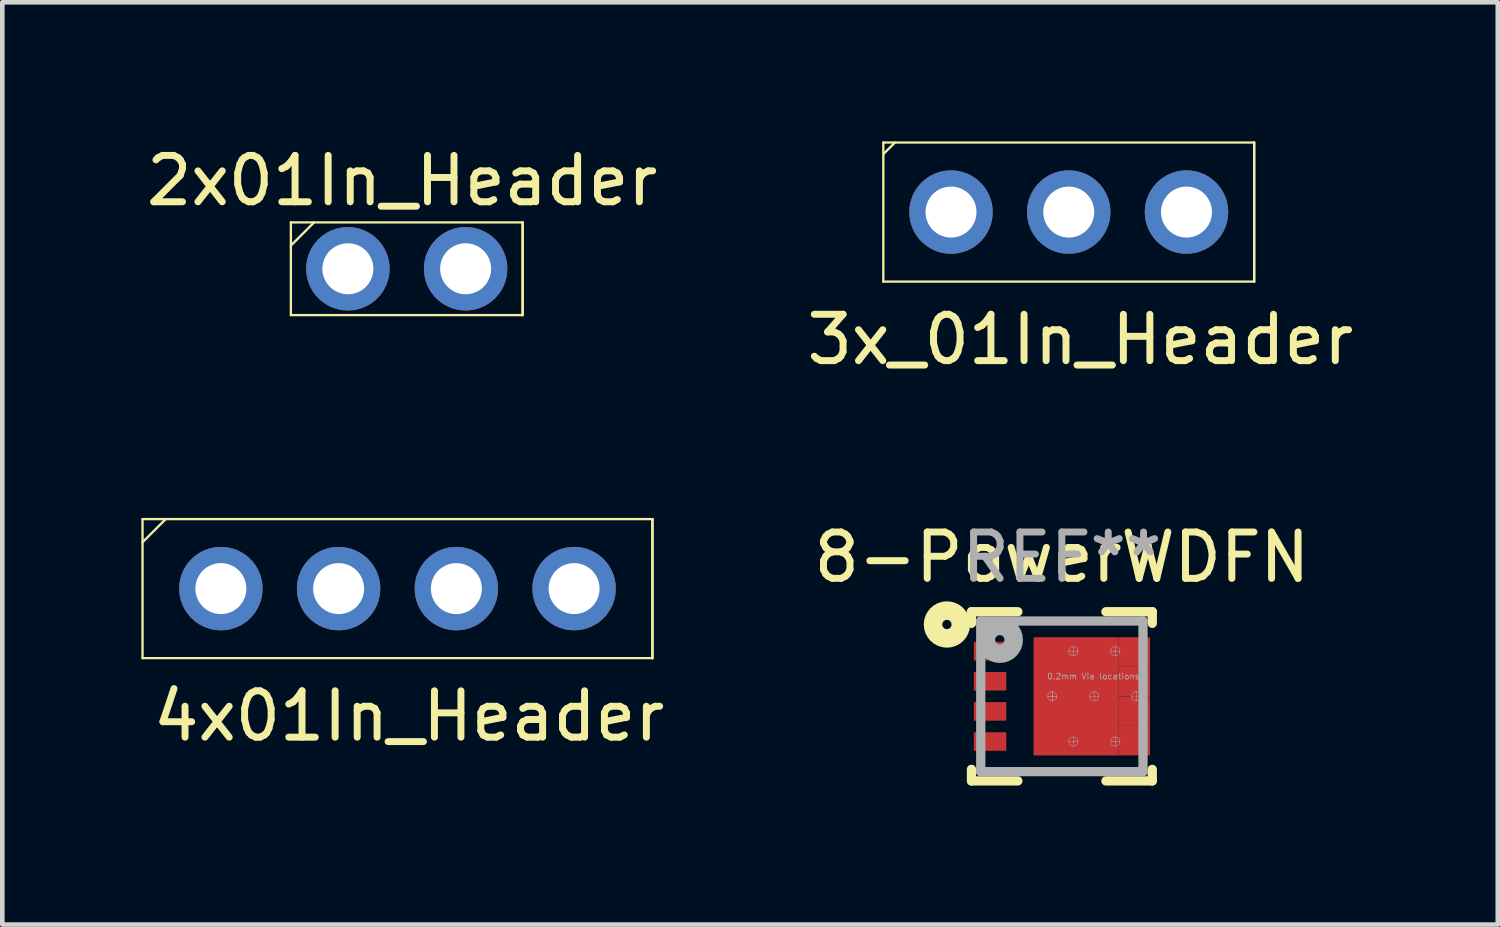
<source format=kicad_pcb>
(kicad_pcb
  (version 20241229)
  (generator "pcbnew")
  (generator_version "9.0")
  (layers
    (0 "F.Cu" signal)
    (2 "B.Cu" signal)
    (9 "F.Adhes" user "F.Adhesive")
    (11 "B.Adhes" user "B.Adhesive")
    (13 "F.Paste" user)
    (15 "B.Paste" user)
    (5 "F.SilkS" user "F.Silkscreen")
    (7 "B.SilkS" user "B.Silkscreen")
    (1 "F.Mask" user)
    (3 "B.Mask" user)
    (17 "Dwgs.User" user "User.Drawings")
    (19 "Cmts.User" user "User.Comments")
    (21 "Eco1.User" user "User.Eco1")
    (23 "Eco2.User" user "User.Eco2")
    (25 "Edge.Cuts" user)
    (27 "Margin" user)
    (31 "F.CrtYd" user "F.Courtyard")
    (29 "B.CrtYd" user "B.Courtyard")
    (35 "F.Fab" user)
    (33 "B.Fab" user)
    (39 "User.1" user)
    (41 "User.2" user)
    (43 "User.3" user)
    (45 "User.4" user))
  (footprint "8-PowerWDFN"
    (layer "F.Cu")
    (at 19.858 11.972)
    (property "Reference" "8-PowerWDFN" (at 0 -3 0) (layer "F.SilkS") (effects (font (size 1 1) (thickness 0.15))))
    (attr through_hole)
    (fp_line (start -1.95 -1.825) (end -1.95 -1.575) (stroke (width 0.2) (type solid)) (layer "F.SilkS"))
    (fp_line (start -1.95 1.575) (end -1.95 1.825) (stroke (width 0.2) (type solid)) (layer "F.SilkS"))
    (fp_line (start -0.95 -1.825) (end -1.95 -1.825) (stroke (width 0.2) (type solid)) (layer "F.SilkS"))
    (fp_line (start -0.95 1.825) (end -1.95 1.825) (stroke (width 0.2) (type solid)) (layer "F.SilkS"))
    (fp_line (start 1.95 -1.825) (end 0.95 -1.825) (stroke (width 0.2) (type solid)) (layer "F.SilkS"))
    (fp_line (start 1.95 -1.825) (end 1.95 -1.575) (stroke (width 0.2) (type solid)) (layer "F.SilkS"))
    (fp_line (start 1.95 1.575) (end 1.95 1.825) (stroke (width 0.2) (type solid)) (layer "F.SilkS"))
    (fp_line (start 1.95 1.825) (end 0.95 1.825) (stroke (width 0.2) (type solid)) (layer "F.SilkS"))
    (fp_circle (center -2.48 -1.55) (end -2.58 -1.55) (stroke (width 0.4) (type solid)) (fill no) (layer "F.SilkS"))
    (fp_line (start -1.75 -1.625) (end 1.75 -1.625) (stroke (width 0.2) (type solid)) (layer "F.Fab"))
    (fp_line (start -1.75 1.625) (end -1.75 -1.625) (stroke (width 0.2) (type solid)) (layer "F.Fab"))
    (fp_line (start -0.207 -0.1) (end -0.207 0.1) (stroke (width 0.01) (type solid)) (layer "F.Fab"))
    (fp_line (start -0.207 -0.1) (end -0.207 0.1) (stroke (width 0.01) (type solid)) (layer "F.Fab"))
    (fp_line (start -0.107 0) (end -0.307 0) (stroke (width 0.01) (type solid)) (layer "F.Fab"))
    (fp_line (start -0.107 0) (end -0.307 0) (stroke (width 0.01) (type solid)) (layer "F.Fab"))
    (fp_line (start 0.245 -0.875) (end 0.245 -1.075) (stroke (width 0.01) (type solid)) (layer "F.Fab"))
    (fp_line (start 0.245 1.075) (end 0.245 0.875) (stroke (width 0.01) (type solid)) (layer "F.Fab"))
    (fp_line (start 0.345 -0.975) (end 0.145 -0.975) (stroke (width 0.01) (type solid)) (layer "F.Fab"))
    (fp_line (start 0.345 0.975) (end 0.145 0.975) (stroke (width 0.01) (type solid)) (layer "F.Fab"))
    (fp_line (start 0.698 -0.1) (end 0.698 0.1) (stroke (width 0.01) (type solid)) (layer "F.Fab"))
    (fp_line (start 0.798 0) (end 0.598 0) (stroke (width 0.01) (type solid)) (layer "F.Fab"))
    (fp_line (start 1.15 -0.875) (end 1.15 -1.075) (stroke (width 0.01) (type solid)) (layer "F.Fab"))
    (fp_line (start 1.15 1.075) (end 1.15 0.875) (stroke (width 0.01) (type solid)) (layer "F.Fab"))
    (fp_line (start 1.25 -0.975) (end 1.05 -0.975) (stroke (width 0.01) (type solid)) (layer "F.Fab"))
    (fp_line (start 1.25 0.975) (end 1.05 0.975) (stroke (width 0.01) (type solid)) (layer "F.Fab"))
    (fp_line (start 1.603 -0.1) (end 1.603 0.1) (stroke (width 0.01) (type solid)) (layer "F.Fab"))
    (fp_line (start 1.703 0) (end 1.503 0) (stroke (width 0.01) (type solid)) (layer "F.Fab"))
    (fp_line (start 1.75 -1.625) (end 1.75 1.625) (stroke (width 0.2) (type solid)) (layer "F.Fab"))
    (fp_line (start 1.75 1.625) (end -1.75 1.625) (stroke (width 0.2) (type solid)) (layer "F.Fab"))
    (fp_circle (center -1.34 -1.22) (end -1.44 -1.22) (stroke (width 0.4) (type solid)) (fill no) (layer "F.Fab"))
    (fp_circle (center -0.207 0) (end -0.107 0) (stroke (width 0.01) (type solid)) (fill no) (layer "F.Fab"))
    (fp_circle (center 0.245 -0.975) (end 0.245 -1.075) (stroke (width 0.01) (type solid)) (fill no) (layer "F.Fab"))
    (fp_circle (center 0.245 0.975) (end 0.245 0.875) (stroke (width 0.01) (type solid)) (fill no) (layer "F.Fab"))
    (fp_circle (center 0.698 0) (end 0.798 0) (stroke (width 0.01) (type solid)) (fill no) (layer "F.Fab"))
    (fp_circle (center 1.15 -0.975) (end 1.15 -0.875) (stroke (width 0.01) (type solid)) (fill no) (layer "F.Fab"))
    (fp_circle (center 1.15 0.975) (end 1.15 1.075) (stroke (width 0.01) (type solid)) (fill no) (layer "F.Fab"))
    (fp_circle (center 1.603 0) (end 1.703 0) (stroke (width 0.01) (type solid)) (fill no) (layer "F.Fab"))
    (fp_text user "REF**" (at 0 -3 0) (layer "F.Fab") (effects (font (size 1 1) (thickness 0.15))))
    (fp_text user "0.2mm Via locations" (at 0.68 -0.43 0) (layer "F.Fab") (effects (font (size 0.127 0.127) (thickness 0.015))))
    (pad "" smd rect (at -0.208 -0.662) (size 0.705 1.125) (layers "F.Paste"))
    (pad "" smd rect (at -0.208 0.662) (size 0.705 1.125) (layers "F.Paste"))
    (pad "" smd rect (at 0.328 0) (size 1.775 2.45) (layers "F.Mask"))
    (pad "" smd rect (at 0.697 -0.662) (size 0.705 1.125) (layers "F.Paste"))
    (pad "" smd rect (at 0.697 0.662) (size 0.705 1.125) (layers "F.Paste"))
    (pad "" smd rect (at 1.532 -0.975) (size 0.635 0.3) (layers "F.Mask"))
    (pad "" smd rect (at 1.532 -0.325) (size 0.635 0.3) (layers "F.Mask"))
    (pad "" smd rect (at 1.532 0.325) (size 0.635 0.3) (layers "F.Mask"))
    (pad "" smd rect (at 1.532 0.975) (size 0.635 0.3) (layers "F.Mask"))
    (pad "" smd rect (at 1.55 -0.975) (size 0.6 0.3) (layers "F.Paste"))
    (pad "" smd rect (at 1.55 -0.325) (size 0.6 0.3) (layers "F.Paste"))
    (pad "" smd rect (at 1.55 0.325) (size 0.6 0.3) (layers "F.Paste"))
    (pad "" smd rect (at 1.55 0.975) (size 0.6 0.3) (layers "F.Paste"))
    (pad "1" smd rect (at -1.55 -0.975) (size 0.7 0.4) (layers "F.Cu" "F.Mask" "F.Paste"))
    (pad "2" smd rect (at -1.55 -0.325) (size 0.7 0.4) (layers "F.Cu" "F.Mask" "F.Paste"))
    (pad "3" smd rect (at -1.55 0.325) (size 0.7 0.4) (layers "F.Cu" "F.Mask" "F.Paste"))
    (pad "4" smd rect (at -1.55 0.975) (size 0.7 0.4) (layers "F.Cu" "F.Mask" "F.Paste"))
    (pad "5" smd rect (at 1.558 0.956) (size 0.685 0.637) (layers "F.Cu"))
    (pad "6" smd rect (at 1.558 0.319) (size 0.685 0.637) (layers "F.Cu"))
    (pad "7" smd rect (at 1.558 -0.319) (size 0.685 0.637) (layers "F.Cu"))
    (pad "8" smd rect (at 1.558 -0.956) (size 0.685 0.637) (layers "F.Cu"))
    (pad "9" smd rect (at 0.302 0) (size 1.825 2.55) (layers "F.Cu")))
  (footprint "3x_01In_Header"
    (layer "F.Cu")
    (at 20.006 1.525)
    (property "Reference" "3x_01In_Header" (at 0.25 2.75 0) (layer "F.SilkS") (effects (font (size 1 1) (thickness 0.15))))
    (attr through_hole)
    (fp_line (start -4 -1.5) (end 4 -1.5) (stroke (width 0.05) (type solid)) (layer "F.SilkS"))
    (fp_line (start -4 -1.25) (end -3.75 -1.5) (stroke (width 0.05) (type solid)) (layer "F.SilkS"))
    (fp_line (start -4 1.5) (end -4 -1.5) (stroke (width 0.05) (type solid)) (layer "F.SilkS"))
    (fp_line (start 4 -1.5) (end 4 1.5) (stroke (width 0.05) (type solid)) (layer "F.SilkS"))
    (fp_line (start 4 1.5) (end -4 1.5) (stroke (width 0.05) (type solid)) (layer "F.SilkS"))
    (fp_line (start 4 1.5) (end 4 -1.5) (stroke (width 0.05) (type solid)) (layer "F.SilkS"))
    (pad "1" thru_hole circle (at -2.54 0) (size 1.8 1.8) (drill 1.1) (layers "*.Cu" "*.Mask"))
    (pad "2" thru_hole circle (at 0 0) (size 1.8 1.8) (drill 1.1) (layers "*.Cu" "*.Mask"))
    (pad "3" thru_hole circle (at 2.54 0) (size 1.8 1.8) (drill 1.1) (layers "*.Cu" "*.Mask")))
  (footprint "2x01In_Header"
    (layer "F.Cu")
    (at 5.725 2.748)
    (property "Reference" "2x01In_Header" (at -0.1 -1.9 0) (layer "F.SilkS") (effects (font (size 1 1) (thickness 0.15))))
    (attr through_hole)
    (fp_line (start -2.5 -1) (end -2.5 1) (stroke (width 0.05) (type solid)) (layer "F.SilkS"))
    (fp_line (start -2.5 -1) (end 2.5 -1) (stroke (width 0.05) (type solid)) (layer "F.SilkS"))
    (fp_line (start -2.5 -0.5) (end -2 -1) (stroke (width 0.05) (type solid)) (layer "F.SilkS"))
    (fp_line (start 2.5 -1) (end 2.5 1) (stroke (width 0.05) (type solid)) (layer "F.SilkS"))
    (fp_line (start 2.5 -1) (end 2.5 1) (stroke (width 0.05) (type solid)) (layer "F.SilkS"))
    (fp_line (start 2.5 1) (end -2.5 1) (stroke (width 0.05) (type solid)) (layer "F.SilkS"))
    (pad "1" thru_hole circle (at -1.27 0) (size 1.8 1.8) (drill 1.1) (layers "*.Cu" "*.Mask"))
    (pad "2" thru_hole circle (at 1.27 0) (size 1.8 1.8) (drill 1.1) (layers "*.Cu" "*.Mask")))
  (footprint "4x01In_Header"
    (layer "F.Cu")
    (at 5.525 9.648)
    (property "Reference" "4x01In_Header" (at 0.25 2.75 0) (layer "F.SilkS") (effects (font (size 1 1) (thickness 0.15))))
    (attr through_hole)
    (fp_line (start -5.5 -1) (end -5 -1.5) (stroke (width 0.05) (type solid)) (layer "F.SilkS"))
    (fp_line (start -5.5 1.5) (end -5.5 -1.5) (stroke (width 0.05) (type solid)) (layer "F.SilkS"))
    (fp_line (start -5 -1.5) (end -5.5 -1.5) (stroke (width 0.05) (type solid)) (layer "F.SilkS"))
    (fp_line (start -5 -1.5) (end 5.5 -1.5) (stroke (width 0.05) (type solid)) (layer "F.SilkS"))
    (fp_line (start 5.5 -1.5) (end 5.5 1.5) (stroke (width 0.05) (type solid)) (layer "F.SilkS"))
    (fp_line (start 5.5 1.5) (end -5.5 1.5) (stroke (width 0.05) (type solid)) (layer "F.SilkS"))
    (fp_line (start 5.5 1.5) (end 5.5 -1.5) (stroke (width 0.05) (type solid)) (layer "F.SilkS"))
    (pad "1" thru_hole circle (at -3.81 0) (size 1.8 1.8) (drill 1.1) (layers "*.Cu" "*.Mask"))
    (pad "2" thru_hole circle (at -1.27 0) (size 1.8 1.8) (drill 1.1) (layers "*.Cu" "*.Mask"))
    (pad "3" thru_hole circle (at 1.27 0) (size 1.8 1.8) (drill 1.1) (layers "*.Cu" "*.Mask"))
    (pad "4" thru_hole circle (at 3.81 0) (size 1.8 1.8) (drill 1.1) (layers "*.Cu" "*.Mask")))
  (gr_rect
    (start -3 -3)
    (end 29.262 16.896)
    (stroke (width 0.1) (type default))
    (fill no)
    (layer "Edge.Cuts")))
</source>
